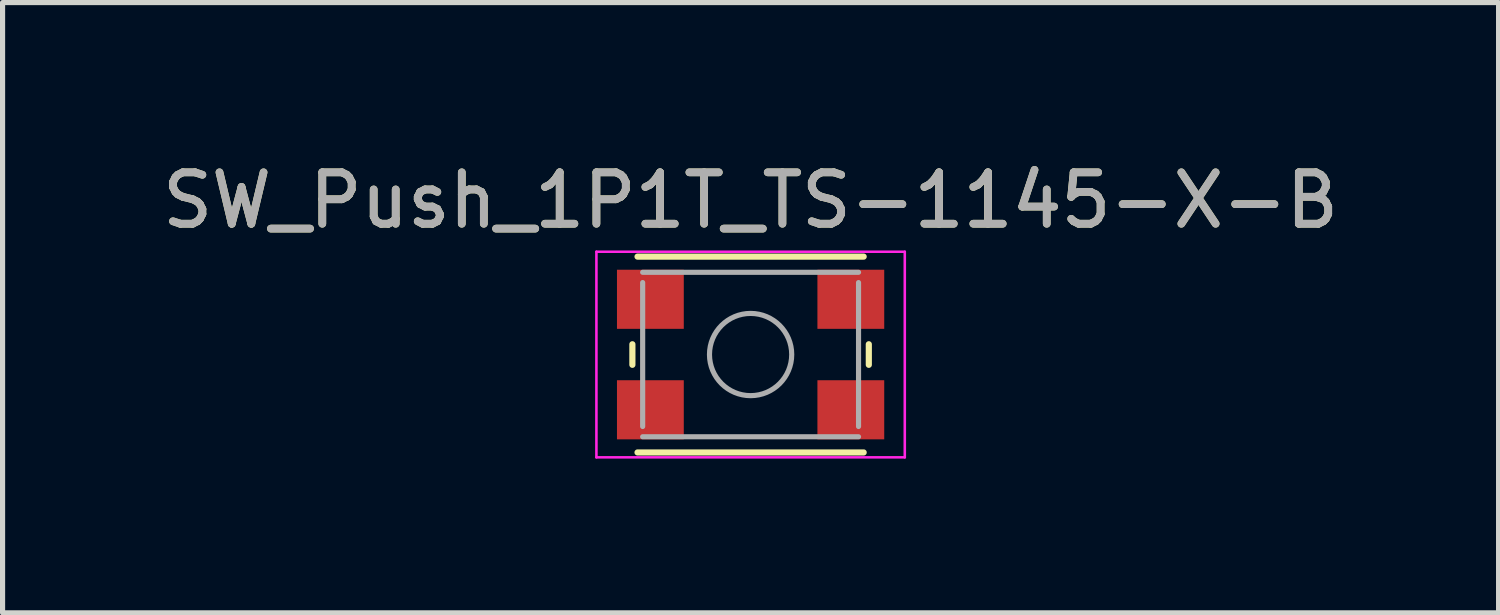
<source format=kicad_pcb>
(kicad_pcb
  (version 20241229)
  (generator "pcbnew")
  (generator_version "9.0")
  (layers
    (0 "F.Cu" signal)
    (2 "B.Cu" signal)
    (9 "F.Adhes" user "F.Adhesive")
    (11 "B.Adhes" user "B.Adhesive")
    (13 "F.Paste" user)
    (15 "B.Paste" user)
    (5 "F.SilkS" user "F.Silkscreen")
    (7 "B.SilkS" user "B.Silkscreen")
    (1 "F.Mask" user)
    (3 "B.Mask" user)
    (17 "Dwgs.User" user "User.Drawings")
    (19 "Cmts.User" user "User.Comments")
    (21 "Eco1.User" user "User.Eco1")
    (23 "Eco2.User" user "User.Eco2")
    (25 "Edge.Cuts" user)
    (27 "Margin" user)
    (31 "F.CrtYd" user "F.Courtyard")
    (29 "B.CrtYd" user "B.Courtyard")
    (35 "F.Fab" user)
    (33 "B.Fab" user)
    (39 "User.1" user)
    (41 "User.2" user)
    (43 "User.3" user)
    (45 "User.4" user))
  (footprint "SW_Push_1P1T_TS-1145-X-B"
    (layer "F.Cu")
    (at 11.554 3.848)
    (property "Reference" "SW_Push_1P1T_TS-1145-X-B" (at 0 -3 0) (layer "F.SilkS") (effects (font (size 1 1) (thickness 0.15))))
    (attr smd)
    (fp_line (start -2.3 0.2) (end -2.3 -0.2) (stroke (width 0.12) (type solid)) (layer "F.SilkS"))
    (fp_line (start -2.2 1.905) (end 2.2 1.905) (stroke (width 0.12) (type solid)) (layer "F.SilkS"))
    (fp_line (start 2.2 -1.905) (end -2.2 -1.905) (stroke (width 0.12) (type solid)) (layer "F.SilkS"))
    (fp_line (start 2.3 0.2) (end 2.3 -0.2) (stroke (width 0.12) (type solid)) (layer "F.SilkS"))
    (fp_line (start -3 -2) (end 3 -2) (stroke (width 0.05) (type solid)) (layer "F.CrtYd"))
    (fp_line (start -3 2) (end -3 -2) (stroke (width 0.05) (type solid)) (layer "F.CrtYd"))
    (fp_line (start 3 -2) (end 3 2) (stroke (width 0.05) (type solid)) (layer "F.CrtYd"))
    (fp_line (start 3 2) (end -3 2) (stroke (width 0.05) (type solid)) (layer "F.CrtYd"))
    (fp_line (start -2.1 -1.6) (end 2.1 -1.6) (stroke (width 0.1) (type solid)) (layer "F.Fab"))
    (fp_line (start -2.1 1.4) (end -2.1 -1.4) (stroke (width 0.1) (type solid)) (layer "F.Fab"))
    (fp_line (start 2.1 -1.4) (end 2.1 1.4) (stroke (width 0.1) (type solid)) (layer "F.Fab"))
    (fp_line (start 2.1 1.6) (end -2.1 1.6) (stroke (width 0.1) (type solid)) (layer "F.Fab"))
    (fp_circle (center 0 0) (end 0 0.8) (stroke (width 0.1) (type solid)) (fill no) (layer "F.Fab"))
    (fp_text user "${REFERENCE}" (at 0 -3 0) (layer "F.Fab") (effects (font (size 1 1) (thickness 0.15))))
    (pad "1" smd rect (at -1.95 -1.075) (size 1.3 1.15) (layers "F.Cu" "F.Mask" "F.Paste"))
    (pad "1" smd rect (at 1.95 -1.075) (size 1.3 1.15) (layers "F.Cu" "F.Mask" "F.Paste"))
    (pad "2" smd rect (at -1.95 1.075) (size 1.3 1.15) (layers "F.Cu" "F.Mask" "F.Paste"))
    (pad "2" smd rect (at 1.95 1.075) (size 1.3 1.15) (layers "F.Cu" "F.Mask" "F.Paste")))
  (gr_rect
    (start -3 -3)
    (end 26.107 8.873)
    (stroke (width 0.1) (type default))
    (fill no)
    (layer "Edge.Cuts")))
</source>
